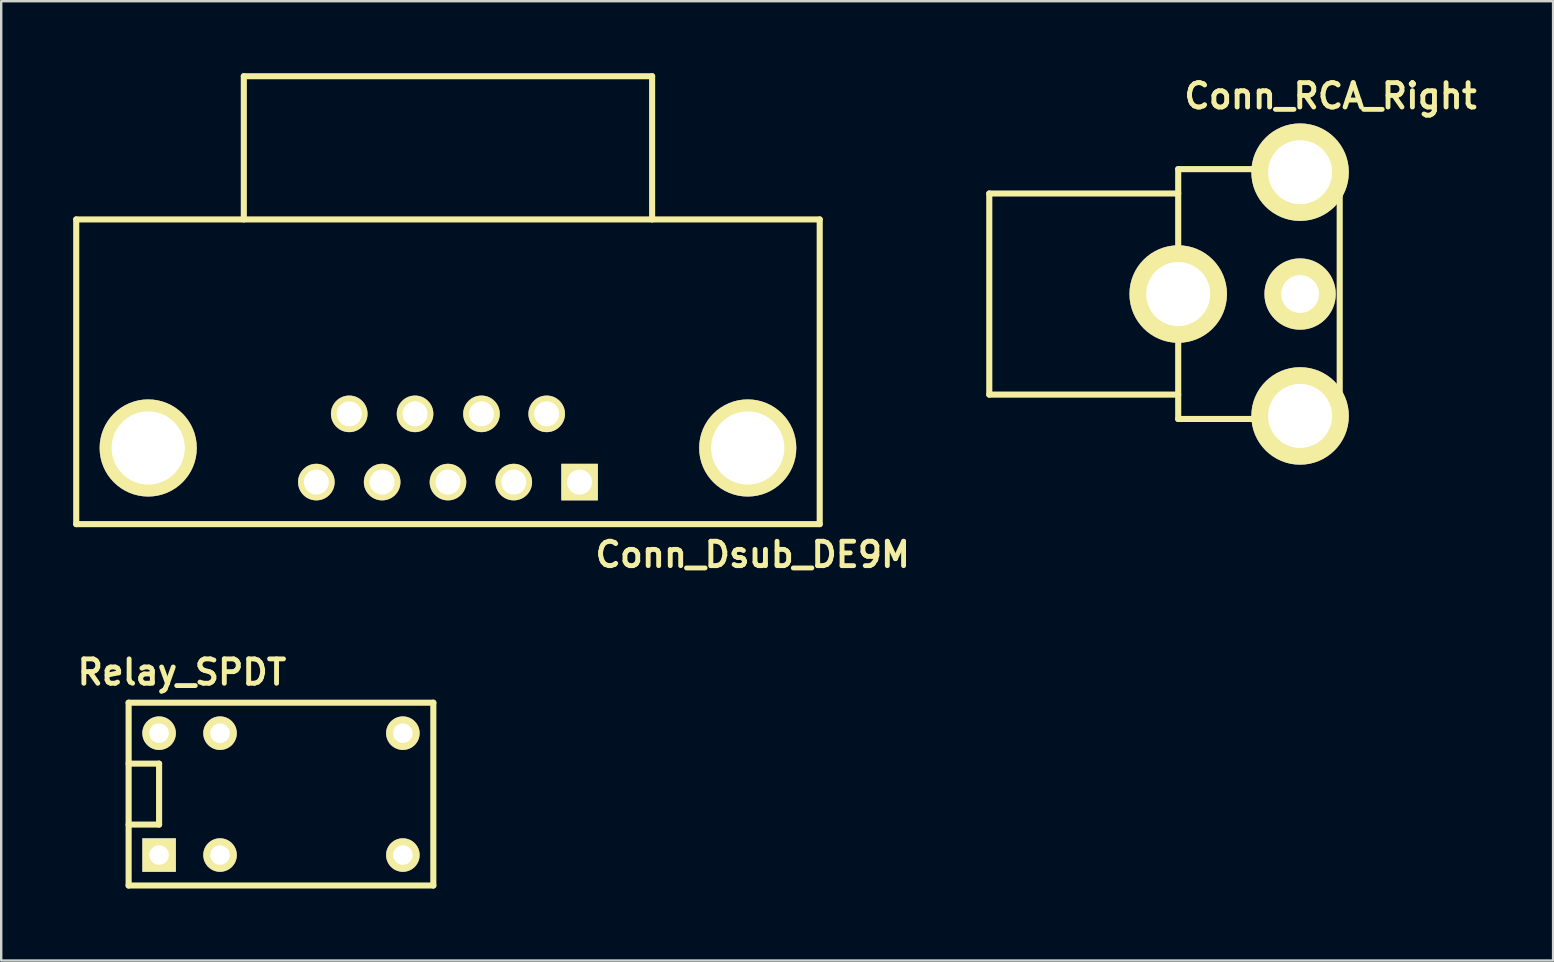
<source format=kicad_pcb>
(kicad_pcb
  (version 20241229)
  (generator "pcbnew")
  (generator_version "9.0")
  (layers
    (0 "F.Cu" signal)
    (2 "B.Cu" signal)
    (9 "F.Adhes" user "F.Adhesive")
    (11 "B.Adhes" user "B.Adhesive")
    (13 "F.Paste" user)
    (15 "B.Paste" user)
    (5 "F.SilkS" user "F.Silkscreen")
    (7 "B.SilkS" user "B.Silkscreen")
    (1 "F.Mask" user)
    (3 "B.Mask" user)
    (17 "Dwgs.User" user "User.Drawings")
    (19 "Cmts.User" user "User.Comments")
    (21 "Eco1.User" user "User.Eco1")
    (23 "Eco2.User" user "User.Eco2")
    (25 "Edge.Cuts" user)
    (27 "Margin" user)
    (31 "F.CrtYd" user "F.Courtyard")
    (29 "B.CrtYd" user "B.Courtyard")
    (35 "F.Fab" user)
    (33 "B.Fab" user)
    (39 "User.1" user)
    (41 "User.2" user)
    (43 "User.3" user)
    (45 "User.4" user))
  (footprint "Conn_RCA_Right"
    (layer "F.Cu")
    (at 46.057 9.206)
    (property "Reference" "Conn_RCA_Right" (at 6.35 -8.255 0) (layer "F.SilkS") (effects (font (size 1.016 1.016) (thickness 0.203))))
    (attr through_hole)
    (fp_line (start -7.874 -4.191) (end -7.874 4.191) (stroke (width 0.254) (type solid)) (layer "F.SilkS"))
    (fp_line (start -7.874 4.191) (end 0 4.191) (stroke (width 0.254) (type solid)) (layer "F.SilkS"))
    (fp_line (start 0 -5.207) (end 0 5.207) (stroke (width 0.254) (type solid)) (layer "F.SilkS"))
    (fp_line (start 0 -5.207) (end 6.731 -5.207) (stroke (width 0.254) (type solid)) (layer "F.SilkS"))
    (fp_line (start 0 -4.191) (end -7.874 -4.191) (stroke (width 0.254) (type solid)) (layer "F.SilkS"))
    (fp_line (start 6.731 -5.207) (end 6.731 5.207) (stroke (width 0.254) (type solid)) (layer "F.SilkS"))
    (fp_line (start 6.731 5.207) (end 0 5.207) (stroke (width 0.254) (type solid)) (layer "F.SilkS"))
    (pad "1" thru_hole circle (at 5.08 0) (size 2.972 2.972) (drill 1.575) (layers "*.Cu" "*.Mask" "F.SilkS"))
    (pad "2" thru_hole circle (at 0 0) (size 4.064 4.064) (drill 2.667) (layers "*.Cu" "*.Mask" "F.SilkS"))
    (pad "2" thru_hole circle (at 5.08 -5.08) (size 4.064 4.064) (drill 2.667) (layers "*.Cu" "*.Mask" "F.SilkS"))
    (pad "2" thru_hole circle (at 5.08 5.08) (size 4.064 4.064) (drill 2.667) (layers "*.Cu" "*.Mask" "F.SilkS")))
  (footprint "Relay_SPDT"
    (layer "F.Cu")
    (at 8.661 30.048)
    (property "Reference" "Relay_SPDT" (at -4.128 -5.08 0) (layer "F.SilkS") (effects (font (size 1.016 1.016) (thickness 0.203))))
    (attr through_hole)
    (fp_line (start -6.35 -3.81) (end -6.35 3.81) (stroke (width 0.254) (type solid)) (layer "F.SilkS"))
    (fp_line (start -6.35 -1.27) (end -5.08 -1.27) (stroke (width 0.254) (type solid)) (layer "F.SilkS"))
    (fp_line (start -6.35 3.81) (end 6.35 3.81) (stroke (width 0.254) (type solid)) (layer "F.SilkS"))
    (fp_line (start -5.08 -1.27) (end -5.08 1.27) (stroke (width 0.254) (type solid)) (layer "F.SilkS"))
    (fp_line (start -5.08 1.27) (end -6.35 1.27) (stroke (width 0.254) (type solid)) (layer "F.SilkS"))
    (fp_line (start 6.35 -3.81) (end -6.35 -3.81) (stroke (width 0.254) (type solid)) (layer "F.SilkS"))
    (fp_line (start 6.35 3.81) (end 6.35 -3.81) (stroke (width 0.254) (type solid)) (layer "F.SilkS"))
    (pad "1" thru_hole rect (at -5.08 2.54) (size 1.397 1.397) (drill 0.813) (layers "*.Cu" "*.Mask" "F.SilkS"))
    (pad "2" thru_hole circle (at -2.54 2.54) (size 1.397 1.397) (drill 0.813) (layers "*.Cu" "*.Mask" "F.SilkS"))
    (pad "5" thru_hole circle (at 5.08 2.54) (size 1.397 1.397) (drill 0.813) (layers "*.Cu" "*.Mask" "F.SilkS"))
    (pad "6" thru_hole circle (at 5.08 -2.54) (size 1.397 1.397) (drill 0.813) (layers "*.Cu" "*.Mask" "F.SilkS"))
    (pad "9" thru_hole circle (at -2.54 -2.54) (size 1.397 1.397) (drill 0.813) (layers "*.Cu" "*.Mask" "F.SilkS"))
    (pad "10" thru_hole circle (at -5.08 -2.54) (size 1.397 1.397) (drill 0.813) (layers "*.Cu" "*.Mask" "F.SilkS")))
  (footprint "Conn_Dsub_DE9M"
    (layer "F.Cu")
    (at 15.621 15.621)
    (property "Reference" "Conn_Dsub_DE9M" (at 12.7 4.445 0) (layer "F.SilkS") (effects (font (size 1.016 1.016) (thickness 0.203))))
    (attr through_hole)
    (fp_line (start -15.494 -9.525) (end 15.494 -9.525) (stroke (width 0.254) (type solid)) (layer "F.SilkS"))
    (fp_line (start -15.494 3.175) (end -15.494 -9.525) (stroke (width 0.254) (type solid)) (layer "F.SilkS"))
    (fp_line (start -15.494 3.175) (end 15.494 3.175) (stroke (width 0.254) (type solid)) (layer "F.SilkS"))
    (fp_line (start -8.509 -15.494) (end 8.509 -15.494) (stroke (width 0.254) (type solid)) (layer "F.SilkS"))
    (fp_line (start -8.509 -9.525) (end -8.509 -15.494) (stroke (width 0.254) (type solid)) (layer "F.SilkS"))
    (fp_line (start 8.509 -15.494) (end 8.509 -9.525) (stroke (width 0.254) (type solid)) (layer "F.SilkS"))
    (fp_line (start 15.494 -9.525) (end 15.494 3.175) (stroke (width 0.254) (type solid)) (layer "F.SilkS"))
    (pad "1" thru_hole rect (at 5.486 1.422) (size 1.524 1.524) (drill 1.041) (layers "*.Cu" "*.Mask" "F.SilkS"))
    (pad "2" thru_hole circle (at 2.743 1.422) (size 1.524 1.524) (drill 1.041) (layers "*.Cu" "*.Mask" "F.SilkS"))
    (pad "3" thru_hole circle (at 0 1.422) (size 1.524 1.524) (drill 1.041) (layers "*.Cu" "*.Mask" "F.SilkS"))
    (pad "4" thru_hole circle (at -2.743 1.422) (size 1.524 1.524) (drill 1.041) (layers "*.Cu" "*.Mask" "F.SilkS"))
    (pad "5" thru_hole circle (at -5.486 1.422) (size 1.524 1.524) (drill 1.041) (layers "*.Cu" "*.Mask" "F.SilkS"))
    (pad "6" thru_hole circle (at 4.115 -1.422) (size 1.524 1.524) (drill 1.041) (layers "*.Cu" "*.Mask" "F.SilkS"))
    (pad "7" thru_hole circle (at 1.397 -1.422) (size 1.524 1.524) (drill 1.041) (layers "*.Cu" "*.Mask" "F.SilkS"))
    (pad "8" thru_hole circle (at -1.372 -1.422) (size 1.524 1.524) (drill 1.041) (layers "*.Cu" "*.Mask" "F.SilkS"))
    (pad "9" thru_hole circle (at -4.115 -1.422) (size 1.524 1.524) (drill 1.041) (layers "*.Cu" "*.Mask" "F.SilkS"))
    (pad "GND" thru_hole circle (at -12.494 0) (size 4.049 4.049) (drill 3.051) (layers "*.Cu" "*.Mask" "F.SilkS"))
    (pad "GND" thru_hole circle (at 12.494 0) (size 4.049 4.049) (drill 3.051) (layers "*.Cu" "*.Mask" "F.SilkS")))
  (gr_rect
    (start -3 -3)
    (end 61.682 36.985)
    (stroke (width 0.1) (type default))
    (fill no)
    (layer "Edge.Cuts")))
</source>
